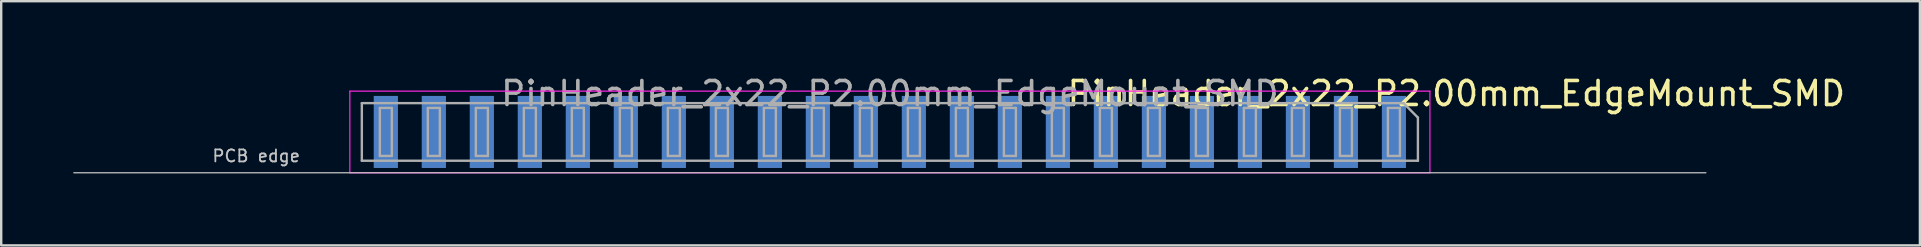
<source format=kicad_pcb>
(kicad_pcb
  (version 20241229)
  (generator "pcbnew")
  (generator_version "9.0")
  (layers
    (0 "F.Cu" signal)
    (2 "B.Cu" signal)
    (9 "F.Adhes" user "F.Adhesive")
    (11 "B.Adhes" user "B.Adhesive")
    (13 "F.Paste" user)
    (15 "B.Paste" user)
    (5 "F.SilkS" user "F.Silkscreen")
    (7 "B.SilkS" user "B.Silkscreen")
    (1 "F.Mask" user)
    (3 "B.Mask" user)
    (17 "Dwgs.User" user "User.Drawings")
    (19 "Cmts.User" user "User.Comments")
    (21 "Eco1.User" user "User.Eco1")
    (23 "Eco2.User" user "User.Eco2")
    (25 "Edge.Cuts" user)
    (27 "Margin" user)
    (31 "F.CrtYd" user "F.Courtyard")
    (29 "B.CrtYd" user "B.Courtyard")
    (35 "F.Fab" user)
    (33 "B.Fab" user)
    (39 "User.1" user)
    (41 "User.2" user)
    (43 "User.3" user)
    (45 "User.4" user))
  (footprint "PinHeader_2x22_P2.00mm_EdgeMount_SMD"
    (layer "F.Cu")
    (at 34.025 2.448)
    (property "Reference" "PinHeader_2x22_P2.00mm_EdgeMount_SMD" (at 23.6 -1.6 0) (layer "F.SilkS") (effects (font (size 1 1) (thickness 0.15))))
    (attr smd)
    (fp_line (start -34 1.7) (end 34 1.7) (stroke (width 0.05) (type solid)) (layer "Dwgs.User"))
    (fp_line (start -22.5 -1.7) (end -22.5 1.7) (stroke (width 0.05) (type solid)) (layer "F.CrtYd"))
    (fp_line (start -22.5 1.7) (end 22.5 1.7) (stroke (width 0.05) (type solid)) (layer "F.CrtYd"))
    (fp_line (start 22.5 -1.7) (end -22.5 -1.7) (stroke (width 0.05) (type solid)) (layer "F.CrtYd"))
    (fp_line (start 22.5 1.7) (end 22.5 -1.7) (stroke (width 0.05) (type solid)) (layer "F.CrtYd"))
    (fp_line (start -22 -1.2) (end 21.4 -1.2) (stroke (width 0.1) (type solid)) (layer "F.Fab"))
    (fp_line (start -22 1.2) (end -22 -1.2) (stroke (width 0.1) (type solid)) (layer "F.Fab"))
    (fp_line (start -21.25 -1) (end -21.25 1) (stroke (width 0.1) (type solid)) (layer "F.Fab"))
    (fp_line (start -20.75 -1) (end -21.25 -1) (stroke (width 0.1) (type solid)) (layer "F.Fab"))
    (fp_line (start -20.75 1) (end -21.25 1) (stroke (width 0.1) (type solid)) (layer "F.Fab"))
    (fp_line (start -20.75 1) (end -20.75 -1) (stroke (width 0.1) (type solid)) (layer "F.Fab"))
    (fp_line (start -19.25 -1) (end -19.25 1) (stroke (width 0.1) (type solid)) (layer "F.Fab"))
    (fp_line (start -18.75 -1) (end -19.25 -1) (stroke (width 0.1) (type solid)) (layer "F.Fab"))
    (fp_line (start -18.75 1) (end -19.25 1) (stroke (width 0.1) (type solid)) (layer "F.Fab"))
    (fp_line (start -18.75 1) (end -18.75 -1) (stroke (width 0.1) (type solid)) (layer "F.Fab"))
    (fp_line (start -17.25 -1) (end -17.25 1) (stroke (width 0.1) (type solid)) (layer "F.Fab"))
    (fp_line (start -16.75 -1) (end -17.25 -1) (stroke (width 0.1) (type solid)) (layer "F.Fab"))
    (fp_line (start -16.75 1) (end -17.25 1) (stroke (width 0.1) (type solid)) (layer "F.Fab"))
    (fp_line (start -16.75 1) (end -16.75 -1) (stroke (width 0.1) (type solid)) (layer "F.Fab"))
    (fp_line (start -15.25 -1) (end -15.25 1) (stroke (width 0.1) (type solid)) (layer "F.Fab"))
    (fp_line (start -14.75 -1) (end -15.25 -1) (stroke (width 0.1) (type solid)) (layer "F.Fab"))
    (fp_line (start -14.75 1) (end -15.25 1) (stroke (width 0.1) (type solid)) (layer "F.Fab"))
    (fp_line (start -14.75 1) (end -14.75 -1) (stroke (width 0.1) (type solid)) (layer "F.Fab"))
    (fp_line (start -13.25 -1) (end -13.25 1) (stroke (width 0.1) (type solid)) (layer "F.Fab"))
    (fp_line (start -12.75 -1) (end -13.25 -1) (stroke (width 0.1) (type solid)) (layer "F.Fab"))
    (fp_line (start -12.75 1) (end -13.25 1) (stroke (width 0.1) (type solid)) (layer "F.Fab"))
    (fp_line (start -12.75 1) (end -12.75 -1) (stroke (width 0.1) (type solid)) (layer "F.Fab"))
    (fp_line (start -11.25 -1) (end -11.25 1) (stroke (width 0.1) (type solid)) (layer "F.Fab"))
    (fp_line (start -10.75 -1) (end -11.25 -1) (stroke (width 0.1) (type solid)) (layer "F.Fab"))
    (fp_line (start -10.75 1) (end -11.25 1) (stroke (width 0.1) (type solid)) (layer "F.Fab"))
    (fp_line (start -10.75 1) (end -10.75 -1) (stroke (width 0.1) (type solid)) (layer "F.Fab"))
    (fp_line (start -9.25 -1) (end -9.25 1) (stroke (width 0.1) (type solid)) (layer "F.Fab"))
    (fp_line (start -8.75 -1) (end -9.25 -1) (stroke (width 0.1) (type solid)) (layer "F.Fab"))
    (fp_line (start -8.75 1) (end -9.25 1) (stroke (width 0.1) (type solid)) (layer "F.Fab"))
    (fp_line (start -8.75 1) (end -8.75 -1) (stroke (width 0.1) (type solid)) (layer "F.Fab"))
    (fp_line (start -7.25 -1) (end -7.25 1) (stroke (width 0.1) (type solid)) (layer "F.Fab"))
    (fp_line (start -6.75 -1) (end -7.25 -1) (stroke (width 0.1) (type solid)) (layer "F.Fab"))
    (fp_line (start -6.75 1) (end -7.25 1) (stroke (width 0.1) (type solid)) (layer "F.Fab"))
    (fp_line (start -6.75 1) (end -6.75 -1) (stroke (width 0.1) (type solid)) (layer "F.Fab"))
    (fp_line (start -5.25 -1) (end -5.25 1) (stroke (width 0.1) (type solid)) (layer "F.Fab"))
    (fp_line (start -4.75 -1) (end -5.25 -1) (stroke (width 0.1) (type solid)) (layer "F.Fab"))
    (fp_line (start -4.75 1) (end -5.25 1) (stroke (width 0.1) (type solid)) (layer "F.Fab"))
    (fp_line (start -4.75 1) (end -4.75 -1) (stroke (width 0.1) (type solid)) (layer "F.Fab"))
    (fp_line (start -3.25 -1) (end -3.25 1) (stroke (width 0.1) (type solid)) (layer "F.Fab"))
    (fp_line (start -2.75 -1) (end -3.25 -1) (stroke (width 0.1) (type solid)) (layer "F.Fab"))
    (fp_line (start -2.75 1) (end -3.25 1) (stroke (width 0.1) (type solid)) (layer "F.Fab"))
    (fp_line (start -2.75 1) (end -2.75 -1) (stroke (width 0.1) (type solid)) (layer "F.Fab"))
    (fp_line (start -1.25 -1) (end -1.25 1) (stroke (width 0.1) (type solid)) (layer "F.Fab"))
    (fp_line (start -0.75 -1) (end -1.25 -1) (stroke (width 0.1) (type solid)) (layer "F.Fab"))
    (fp_line (start -0.75 1) (end -1.25 1) (stroke (width 0.1) (type solid)) (layer "F.Fab"))
    (fp_line (start -0.75 1) (end -0.75 -1) (stroke (width 0.1) (type solid)) (layer "F.Fab"))
    (fp_line (start 0.75 -1) (end 0.75 1) (stroke (width 0.1) (type solid)) (layer "F.Fab"))
    (fp_line (start 1.25 -1) (end 0.75 -1) (stroke (width 0.1) (type solid)) (layer "F.Fab"))
    (fp_line (start 1.25 1) (end 0.75 1) (stroke (width 0.1) (type solid)) (layer "F.Fab"))
    (fp_line (start 1.25 1) (end 1.25 -1) (stroke (width 0.1) (type solid)) (layer "F.Fab"))
    (fp_line (start 2.75 -1) (end 2.75 1) (stroke (width 0.1) (type solid)) (layer "F.Fab"))
    (fp_line (start 3.25 -1) (end 2.75 -1) (stroke (width 0.1) (type solid)) (layer "F.Fab"))
    (fp_line (start 3.25 1) (end 2.75 1) (stroke (width 0.1) (type solid)) (layer "F.Fab"))
    (fp_line (start 3.25 1) (end 3.25 -1) (stroke (width 0.1) (type solid)) (layer "F.Fab"))
    (fp_line (start 4.75 -1) (end 4.75 1) (stroke (width 0.1) (type solid)) (layer "F.Fab"))
    (fp_line (start 5.25 -1) (end 4.75 -1) (stroke (width 0.1) (type solid)) (layer "F.Fab"))
    (fp_line (start 5.25 1) (end 4.75 1) (stroke (width 0.1) (type solid)) (layer "F.Fab"))
    (fp_line (start 5.25 1) (end 5.25 -1) (stroke (width 0.1) (type solid)) (layer "F.Fab"))
    (fp_line (start 6.75 -1) (end 6.75 1) (stroke (width 0.1) (type solid)) (layer "F.Fab"))
    (fp_line (start 7.25 -1) (end 6.75 -1) (stroke (width 0.1) (type solid)) (layer "F.Fab"))
    (fp_line (start 7.25 1) (end 6.75 1) (stroke (width 0.1) (type solid)) (layer "F.Fab"))
    (fp_line (start 7.25 1) (end 7.25 -1) (stroke (width 0.1) (type solid)) (layer "F.Fab"))
    (fp_line (start 8.75 -1) (end 8.75 1) (stroke (width 0.1) (type solid)) (layer "F.Fab"))
    (fp_line (start 9.25 -1) (end 8.75 -1) (stroke (width 0.1) (type solid)) (layer "F.Fab"))
    (fp_line (start 9.25 1) (end 8.75 1) (stroke (width 0.1) (type solid)) (layer "F.Fab"))
    (fp_line (start 9.25 1) (end 9.25 -1) (stroke (width 0.1) (type solid)) (layer "F.Fab"))
    (fp_line (start 10.75 -1) (end 10.75 1) (stroke (width 0.1) (type solid)) (layer "F.Fab"))
    (fp_line (start 11.25 -1) (end 10.75 -1) (stroke (width 0.1) (type solid)) (layer "F.Fab"))
    (fp_line (start 11.25 1) (end 10.75 1) (stroke (width 0.1) (type solid)) (layer "F.Fab"))
    (fp_line (start 11.25 1) (end 11.25 -1) (stroke (width 0.1) (type solid)) (layer "F.Fab"))
    (fp_line (start 12.75 -1) (end 12.75 1) (stroke (width 0.1) (type solid)) (layer "F.Fab"))
    (fp_line (start 13.25 -1) (end 12.75 -1) (stroke (width 0.1) (type solid)) (layer "F.Fab"))
    (fp_line (start 13.25 1) (end 12.75 1) (stroke (width 0.1) (type solid)) (layer "F.Fab"))
    (fp_line (start 13.25 1) (end 13.25 -1) (stroke (width 0.1) (type solid)) (layer "F.Fab"))
    (fp_line (start 14.75 -1) (end 14.75 1) (stroke (width 0.1) (type solid)) (layer "F.Fab"))
    (fp_line (start 15.25 -1) (end 14.75 -1) (stroke (width 0.1) (type solid)) (layer "F.Fab"))
    (fp_line (start 15.25 1) (end 14.75 1) (stroke (width 0.1) (type solid)) (layer "F.Fab"))
    (fp_line (start 15.25 1) (end 15.25 -1) (stroke (width 0.1) (type solid)) (layer "F.Fab"))
    (fp_line (start 16.75 -1) (end 16.75 1) (stroke (width 0.1) (type solid)) (layer "F.Fab"))
    (fp_line (start 17.25 -1) (end 16.75 -1) (stroke (width 0.1) (type solid)) (layer "F.Fab"))
    (fp_line (start 17.25 1) (end 16.75 1) (stroke (width 0.1) (type solid)) (layer "F.Fab"))
    (fp_line (start 17.25 1) (end 17.25 -1) (stroke (width 0.1) (type solid)) (layer "F.Fab"))
    (fp_line (start 18.75 -1) (end 18.75 1) (stroke (width 0.1) (type solid)) (layer "F.Fab"))
    (fp_line (start 19.25 -1) (end 18.75 -1) (stroke (width 0.1) (type solid)) (layer "F.Fab"))
    (fp_line (start 19.25 1) (end 18.75 1) (stroke (width 0.1) (type solid)) (layer "F.Fab"))
    (fp_line (start 19.25 1) (end 19.25 -1) (stroke (width 0.1) (type solid)) (layer "F.Fab"))
    (fp_line (start 20.75 -1) (end 20.75 1) (stroke (width 0.1) (type solid)) (layer "F.Fab"))
    (fp_line (start 21.25 -1) (end 20.75 -1) (stroke (width 0.1) (type solid)) (layer "F.Fab"))
    (fp_line (start 21.25 1) (end 20.75 1) (stroke (width 0.1) (type solid)) (layer "F.Fab"))
    (fp_line (start 21.25 1) (end 21.25 -1) (stroke (width 0.1) (type solid)) (layer "F.Fab"))
    (fp_line (start 21.4 -1.2) (end 22 -0.6) (stroke (width 0.1) (type solid)) (layer "F.Fab"))
    (fp_line (start 22 -0.6) (end 22 1.2) (stroke (width 0.1) (type solid)) (layer "F.Fab"))
    (fp_line (start 22 1.2) (end -22 1.2) (stroke (width 0.1) (type solid)) (layer "F.Fab"))
    (fp_text user "PCB edge" (at -26.4 1 0) (layer "Dwgs.User") (effects (font (size 0.5 0.5) (thickness 0.075))))
    (fp_text user "${REFERENCE}" (at 0 -1.6 180) (layer "F.Fab") (effects (font (size 1 1) (thickness 0.15))))
    (pad "1" smd rect (at 21 0 270) (size 3 1) (layers "F.Cu" "F.Mask" "F.Paste"))
    (pad "2" smd rect (at 21 0 90) (size 3 1) (layers "B.Cu" "B.Mask" "B.Paste"))
    (pad "3" smd rect (at 19 0 270) (size 3 1) (layers "F.Cu" "F.Mask" "F.Paste"))
    (pad "4" smd rect (at 19 0 90) (size 3 1) (layers "B.Cu" "B.Mask" "B.Paste"))
    (pad "5" smd rect (at 17 0 270) (size 3 1) (layers "F.Cu" "F.Mask" "F.Paste"))
    (pad "6" smd rect (at 17 0 90) (size 3 1) (layers "B.Cu" "B.Mask" "B.Paste"))
    (pad "7" smd rect (at 15 0 270) (size 3 1) (layers "F.Cu" "F.Mask" "F.Paste"))
    (pad "8" smd rect (at 15 0 90) (size 3 1) (layers "B.Cu" "B.Mask" "B.Paste"))
    (pad "9" smd rect (at 13 0 270) (size 3 1) (layers "F.Cu" "F.Mask" "F.Paste"))
    (pad "10" smd rect (at 13 0 90) (size 3 1) (layers "B.Cu" "B.Mask" "B.Paste"))
    (pad "11" smd rect (at 11 0 270) (size 3 1) (layers "F.Cu" "F.Mask" "F.Paste"))
    (pad "12" smd rect (at 11 0 90) (size 3 1) (layers "B.Cu" "B.Mask" "B.Paste"))
    (pad "13" smd rect (at 9 0 270) (size 3 1) (layers "F.Cu" "F.Mask" "F.Paste"))
    (pad "14" smd rect (at 9 0 90) (size 3 1) (layers "B.Cu" "B.Mask" "B.Paste"))
    (pad "15" smd rect (at 7 0 270) (size 3 1) (layers "F.Cu" "F.Mask" "F.Paste"))
    (pad "16" smd rect (at 7 0 90) (size 3 1) (layers "B.Cu" "B.Mask" "B.Paste"))
    (pad "17" smd rect (at 5 0 270) (size 3 1) (layers "F.Cu" "F.Mask" "F.Paste"))
    (pad "18" smd rect (at 5 0 90) (size 3 1) (layers "B.Cu" "B.Mask" "B.Paste"))
    (pad "19" smd rect (at 3 0 270) (size 3 1) (layers "F.Cu" "F.Mask" "F.Paste"))
    (pad "20" smd rect (at 3 0 90) (size 3 1) (layers "B.Cu" "B.Mask" "B.Paste"))
    (pad "21" smd rect (at 1 0 270) (size 3 1) (layers "F.Cu" "F.Mask" "F.Paste"))
    (pad "22" smd rect (at 1 0 90) (size 3 1) (layers "B.Cu" "B.Mask" "B.Paste"))
    (pad "23" smd rect (at -1 0 270) (size 3 1) (layers "F.Cu" "F.Mask" "F.Paste"))
    (pad "24" smd rect (at -1 0 90) (size 3 1) (layers "B.Cu" "B.Mask" "B.Paste"))
    (pad "25" smd rect (at -3 0 270) (size 3 1) (layers "F.Cu" "F.Mask" "F.Paste"))
    (pad "26" smd rect (at -3 0 90) (size 3 1) (layers "B.Cu" "B.Mask" "B.Paste"))
    (pad "27" smd rect (at -5 0 270) (size 3 1) (layers "F.Cu" "F.Mask" "F.Paste"))
    (pad "28" smd rect (at -5 0 90) (size 3 1) (layers "B.Cu" "B.Mask" "B.Paste"))
    (pad "29" smd rect (at -7 0 270) (size 3 1) (layers "F.Cu" "F.Mask" "F.Paste"))
    (pad "30" smd rect (at -7 0 90) (size 3 1) (layers "B.Cu" "B.Mask" "B.Paste"))
    (pad "31" smd rect (at -9 0 270) (size 3 1) (layers "F.Cu" "F.Mask" "F.Paste"))
    (pad "32" smd rect (at -9 0 90) (size 3 1) (layers "B.Cu" "B.Mask" "B.Paste"))
    (pad "33" smd rect (at -11 0 270) (size 3 1) (layers "F.Cu" "F.Mask" "F.Paste"))
    (pad "34" smd rect (at -11 0 90) (size 3 1) (layers "B.Cu" "B.Mask" "B.Paste"))
    (pad "35" smd rect (at -13 0 270) (size 3 1) (layers "F.Cu" "F.Mask" "F.Paste"))
    (pad "36" smd rect (at -13 0 90) (size 3 1) (layers "B.Cu" "B.Mask" "B.Paste"))
    (pad "37" smd rect (at -15 0 270) (size 3 1) (layers "F.Cu" "F.Mask" "F.Paste"))
    (pad "38" smd rect (at -15 0 90) (size 3 1) (layers "B.Cu" "B.Mask" "B.Paste"))
    (pad "39" smd rect (at -17 0 270) (size 3 1) (layers "F.Cu" "F.Mask" "F.Paste"))
    (pad "40" smd rect (at -17 0 90) (size 3 1) (layers "B.Cu" "B.Mask" "B.Paste"))
    (pad "41" smd rect (at -19 0 270) (size 3 1) (layers "F.Cu" "F.Mask" "F.Paste"))
    (pad "42" smd rect (at -19 0 90) (size 3 1) (layers "B.Cu" "B.Mask" "B.Paste"))
    (pad "43" smd rect (at -21 0 270) (size 3 1) (layers "F.Cu" "F.Mask" "F.Paste"))
    (pad "44" smd rect (at -21 0 90) (size 3 1) (layers "B.Cu" "B.Mask" "B.Paste")))
  (gr_rect
    (start -3 -3)
    (end 76.94 7.173)
    (stroke (width 0.1) (type default))
    (fill no)
    (layer "Edge.Cuts")))
</source>
